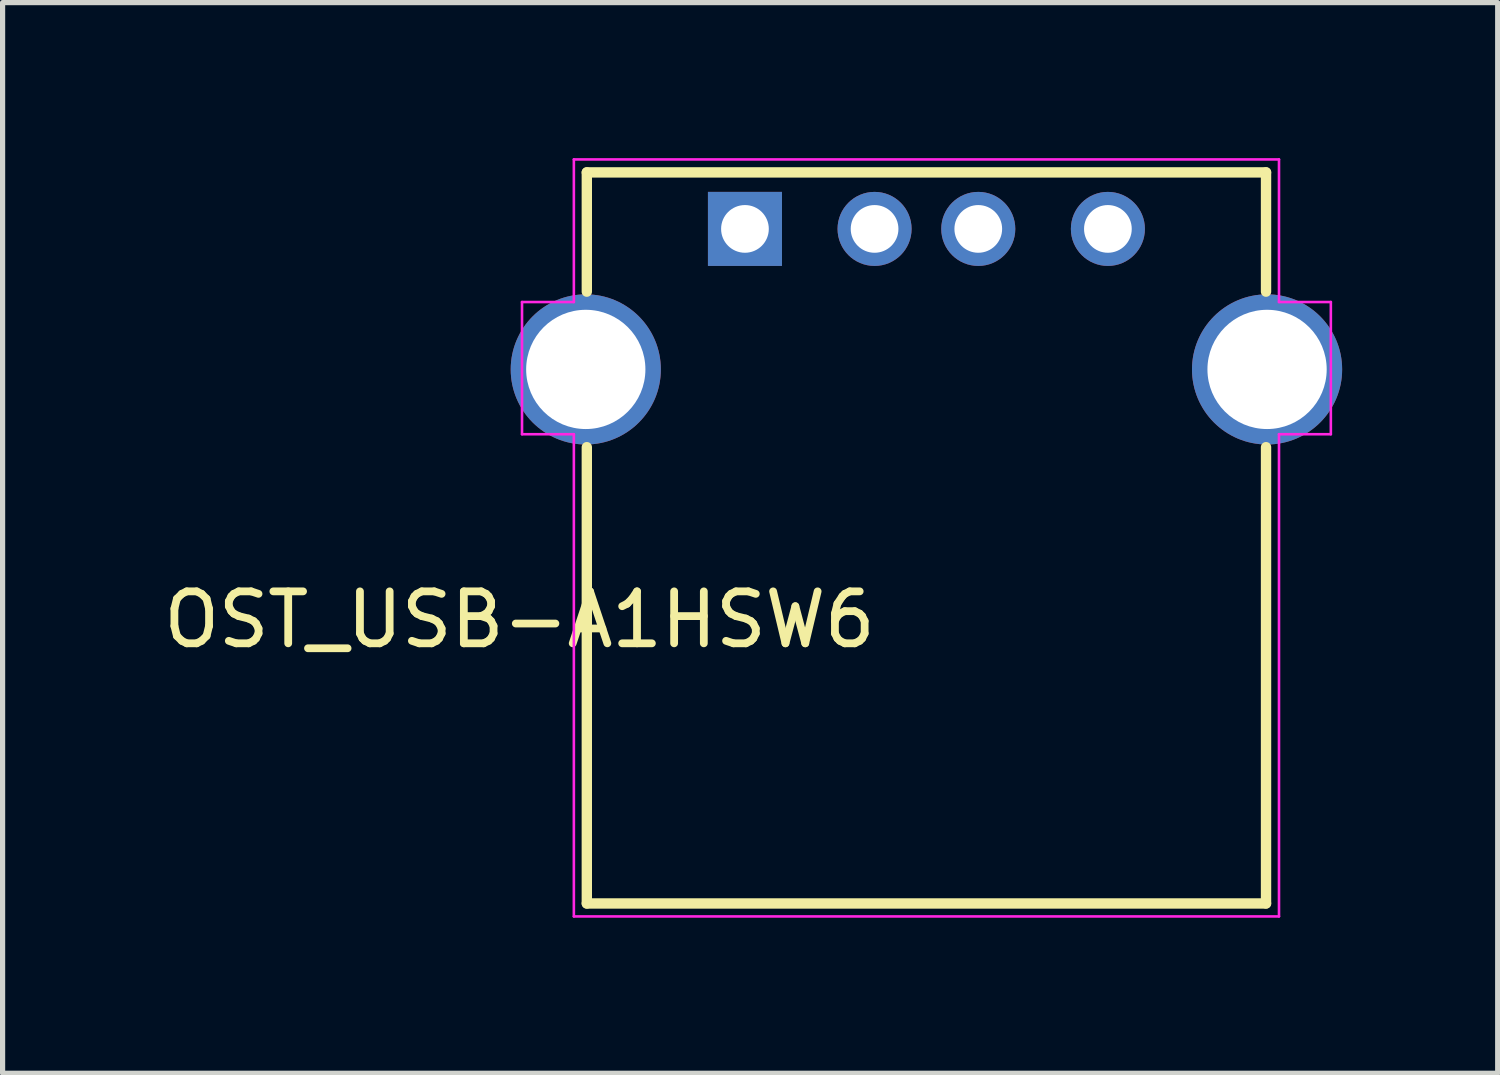
<source format=kicad_pcb>
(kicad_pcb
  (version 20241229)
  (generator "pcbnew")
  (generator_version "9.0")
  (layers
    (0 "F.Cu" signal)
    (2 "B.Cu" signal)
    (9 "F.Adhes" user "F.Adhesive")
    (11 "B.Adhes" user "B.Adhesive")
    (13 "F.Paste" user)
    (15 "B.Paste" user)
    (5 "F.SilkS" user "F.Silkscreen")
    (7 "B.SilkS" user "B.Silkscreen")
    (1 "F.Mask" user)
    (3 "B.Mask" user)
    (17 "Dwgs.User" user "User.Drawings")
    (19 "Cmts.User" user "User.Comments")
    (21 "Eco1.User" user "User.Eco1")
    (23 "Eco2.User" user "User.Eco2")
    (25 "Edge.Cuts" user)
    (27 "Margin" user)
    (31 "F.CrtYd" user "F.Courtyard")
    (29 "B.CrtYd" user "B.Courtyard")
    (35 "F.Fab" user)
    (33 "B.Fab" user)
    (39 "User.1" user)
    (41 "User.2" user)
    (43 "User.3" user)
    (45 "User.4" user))
  (footprint "OST_USB-A1HSW6"
    (layer "F.Cu")
    (at 14.818 7.875)
    (property "Reference" "OST_USB-A1HSW6" (at -7.848 1.027 180) (layer "F.SilkS") (effects (font (size 1.002 1.002) (thickness 0.15))))
    (attr through_hole)
    (fp_line (start -6.55 -7.6) (end 6.55 -7.6) (stroke (width 0.2) (type solid)) (layer "F.SilkS"))
    (fp_line (start -6.55 -5.3) (end -6.55 -7.6) (stroke (width 0.2) (type solid)) (layer "F.SilkS"))
    (fp_line (start -6.55 -2.3) (end -6.55 6.5) (stroke (width 0.2) (type solid)) (layer "F.SilkS"))
    (fp_line (start -6.55 6.5) (end 6.55 6.5) (stroke (width 0.2) (type solid)) (layer "F.SilkS"))
    (fp_line (start 6.55 -7.6) (end 6.55 -5.3) (stroke (width 0.2) (type solid)) (layer "F.SilkS"))
    (fp_line (start 6.55 6.5) (end 6.55 -2.3) (stroke (width 0.2) (type solid)) (layer "F.SilkS"))
    (fp_line (start -7.8 -5.1) (end -6.8 -5.1) (stroke (width 0.05) (type solid)) (layer "F.CrtYd"))
    (fp_line (start -7.8 -2.55) (end -7.8 -5.1) (stroke (width 0.05) (type solid)) (layer "F.CrtYd"))
    (fp_line (start -6.8 -7.85) (end 6.8 -7.85) (stroke (width 0.05) (type solid)) (layer "F.CrtYd"))
    (fp_line (start -6.8 -5.1) (end -6.8 -7.85) (stroke (width 0.05) (type solid)) (layer "F.CrtYd"))
    (fp_line (start -6.8 -2.55) (end -7.8 -2.55) (stroke (width 0.05) (type solid)) (layer "F.CrtYd"))
    (fp_line (start -6.8 6.75) (end -6.8 -2.55) (stroke (width 0.05) (type solid)) (layer "F.CrtYd"))
    (fp_line (start 6.8 -7.85) (end 6.8 -5.1) (stroke (width 0.05) (type solid)) (layer "F.CrtYd"))
    (fp_line (start 6.8 -5.1) (end 7.8 -5.1) (stroke (width 0.05) (type solid)) (layer "F.CrtYd"))
    (fp_line (start 6.8 -2.55) (end 6.8 6.75) (stroke (width 0.05) (type solid)) (layer "F.CrtYd"))
    (fp_line (start 6.8 6.75) (end -6.8 6.75) (stroke (width 0.05) (type solid)) (layer "F.CrtYd"))
    (fp_line (start 7.8 -5.1) (end 7.8 -2.55) (stroke (width 0.05) (type solid)) (layer "F.CrtYd"))
    (fp_line (start 7.8 -2.55) (end 6.8 -2.55) (stroke (width 0.05) (type solid)) (layer "F.CrtYd"))
    (pad "" thru_hole circle (at -6.57 -3.8) (size 2.896 2.896) (drill 2.3) (layers "*.Cu" "*.Mask"))
    (pad "" thru_hole circle (at 6.57 -3.8) (size 2.896 2.896) (drill 2.3) (layers "*.Cu" "*.Mask"))
    (pad "1" thru_hole rect (at -3.5 -6.51) (size 1.428 1.428) (drill 0.92) (layers "*.Cu" "*.Mask"))
    (pad "2" thru_hole circle (at -1 -6.51) (size 1.428 1.428) (drill 0.92) (layers "*.Cu" "*.Mask"))
    (pad "3" thru_hole circle (at 1 -6.51) (size 1.428 1.428) (drill 0.92) (layers "*.Cu" "*.Mask"))
    (pad "4" thru_hole circle (at 3.5 -6.51) (size 1.428 1.428) (drill 0.92) (layers "*.Cu" "*.Mask")))
  (gr_rect
    (start -3 -3)
    (end 25.836 17.65)
    (stroke (width 0.1) (type default))
    (fill no)
    (layer "Edge.Cuts")))
</source>
